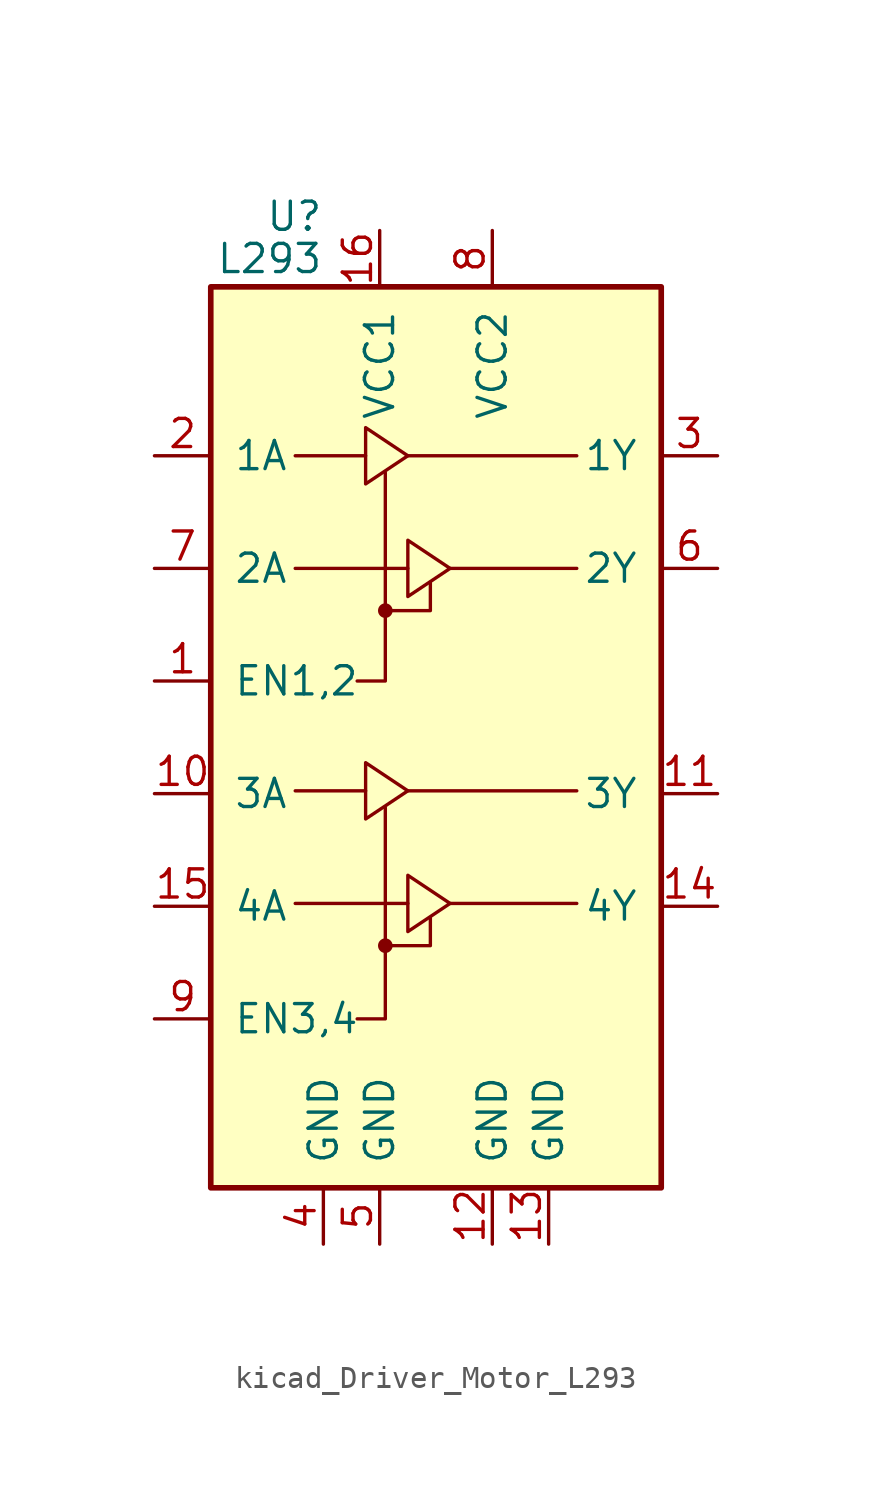
<source format=kicad_sym>
(kicad_symbol_lib
  (version 20220914)
  (generator kicad_symbol_editor)
  (symbol "kicad_Driver_Motor_L293"
    (pin_names
      (offset 1.016))
    (property "Reference" "U"
      (at -5.08 26.035 0)
      (effects (font (size 1.27 1.27)) (justify right)))
    (property "Value" "L293"
      (at -5.08 24.13 0)
      (effects (font (size 1.27 1.27)) (justify right)))
    (symbol "kicad_Driver_Motor_L293_0_1"
      (rectangle (start -10.16 22.86) (end 10.16 -17.78) (stroke (width 0.254) (type default)) (fill (type background)))
      (circle (center -2.286 -6.858) (radius 0.254) (stroke (width 0) (type default)) (fill (type outline)))
      (circle (center -2.286 8.255) (radius 0.254) (stroke (width 0) (type default)) (fill (type outline)))
      (polyline (pts (xy -6.35 -4.953) (xy -1.27 -4.953)) (stroke (width 0) (type default)) (fill (type none)))
      (polyline (pts (xy -6.35 0.127) (xy -3.175 0.127)) (stroke (width 0) (type default)) (fill (type none)))
      (polyline (pts (xy -6.35 10.16) (xy -1.27 10.16)) (stroke (width 0) (type default)) (fill (type none)))
      (polyline (pts (xy -6.35 15.24) (xy -3.175 15.24)) (stroke (width 0) (type default)) (fill (type none)))
      (polyline (pts (xy -1.27 0.127) (xy 6.35 0.127)) (stroke (width 0) (type default)) (fill (type none)))
      (polyline (pts (xy -1.27 15.24) (xy 6.35 15.24)) (stroke (width 0) (type default)) (fill (type none)))
      (polyline (pts (xy 0.635 -4.953) (xy 6.35 -4.953)) (stroke (width 0) (type default)) (fill (type none)))
      (polyline (pts (xy 0.635 10.16) (xy 6.35 10.16)) (stroke (width 0) (type default)) (fill (type none)))
      (polyline (pts (xy -2.286 -6.858) (xy -0.254 -6.858) (xy -0.254 -5.588)) (stroke (width 0) (type default)) (fill (type none)))
      (polyline (pts (xy -2.286 -0.635) (xy -2.286 -10.16) (xy -3.556 -10.16)) (stroke (width 0) (type default)) (fill (type none)))
      (polyline (pts (xy -2.286 8.255) (xy -0.254 8.255) (xy -0.254 9.525)) (stroke (width 0) (type default)) (fill (type none)))
      (polyline (pts (xy -2.286 14.478) (xy -2.286 5.08) (xy -3.556 5.08)) (stroke (width 0) (type default)) (fill (type none)))
      (polyline (pts (xy -3.175 1.397) (xy -3.175 -1.143) (xy -1.27 0.127) (xy -3.175 1.397)) (stroke (width 0) (type default)) (fill (type none)))
      (polyline (pts (xy -3.175 16.51) (xy -3.175 13.97) (xy -1.27 15.24) (xy -3.175 16.51)) (stroke (width 0) (type default)) (fill (type none)))
      (polyline (pts (xy -1.27 -3.683) (xy -1.27 -6.223) (xy 0.635 -4.953) (xy -1.27 -3.683)) (stroke (width 0) (type default)) (fill (type none)))
      (polyline (pts (xy -1.27 11.43) (xy -1.27 8.89) (xy 0.635 10.16) (xy -1.27 11.43)) (stroke (width 0) (type default)) (fill (type none))))
    (symbol "kicad_Driver_Motor_L293_1_1"
      (pin input line (at -12.7 5.08 0) (length 2.54) (name "EN1,2" (effects (font (size 1.27 1.27)))) (number "1" (effects (font (size 1.27 1.27)))))
      (pin input line (at -12.7 0 0) (length 2.54) (name "3A" (effects (font (size 1.27 1.27)))) (number "10" (effects (font (size 1.27 1.27)))))
      (pin output line (at 12.7 0 180) (length 2.54) (name "3Y" (effects (font (size 1.27 1.27)))) (number "11" (effects (font (size 1.27 1.27)))))
      (pin power_in line (at 2.54 -20.32 90) (length 2.54) (name "GND" (effects (font (size 1.27 1.27)))) (number "12" (effects (font (size 1.27 1.27)))))
      (pin power_in line (at 5.08 -20.32 90) (length 2.54) (name "GND" (effects (font (size 1.27 1.27)))) (number "13" (effects (font (size 1.27 1.27)))))
      (pin output line (at 12.7 -5.08 180) (length 2.54) (name "4Y" (effects (font (size 1.27 1.27)))) (number "14" (effects (font (size 1.27 1.27)))))
      (pin input line (at -12.7 -5.08 0) (length 2.54) (name "4A" (effects (font (size 1.27 1.27)))) (number "15" (effects (font (size 1.27 1.27)))))
      (pin power_in line (at -2.54 25.4 270) (length 2.54) (name "VCC1" (effects (font (size 1.27 1.27)))) (number "16" (effects (font (size 1.27 1.27)))))
      (pin input line (at -12.7 15.24 0) (length 2.54) (name "1A" (effects (font (size 1.27 1.27)))) (number "2" (effects (font (size 1.27 1.27)))))
      (pin output line (at 12.7 15.24 180) (length 2.54) (name "1Y" (effects (font (size 1.27 1.27)))) (number "3" (effects (font (size 1.27 1.27)))))
      (pin power_in line (at -5.08 -20.32 90) (length 2.54) (name "GND" (effects (font (size 1.27 1.27)))) (number "4" (effects (font (size 1.27 1.27)))))
      (pin power_in line (at -2.54 -20.32 90) (length 2.54) (name "GND" (effects (font (size 1.27 1.27)))) (number "5" (effects (font (size 1.27 1.27)))))
      (pin output line (at 12.7 10.16 180) (length 2.54) (name "2Y" (effects (font (size 1.27 1.27)))) (number "6" (effects (font (size 1.27 1.27)))))
      (pin input line (at -12.7 10.16 0) (length 2.54) (name "2A" (effects (font (size 1.27 1.27)))) (number "7" (effects (font (size 1.27 1.27)))))
      (pin power_in line (at 2.54 25.4 270) (length 2.54) (name "VCC2" (effects (font (size 1.27 1.27)))) (number "8" (effects (font (size 1.27 1.27)))))
      (pin input line (at -12.7 -10.16 0) (length 2.54) (name "EN3,4" (effects (font (size 1.27 1.27)))) (number "9" (effects (font (size 1.27 1.27))))))))
</source>
